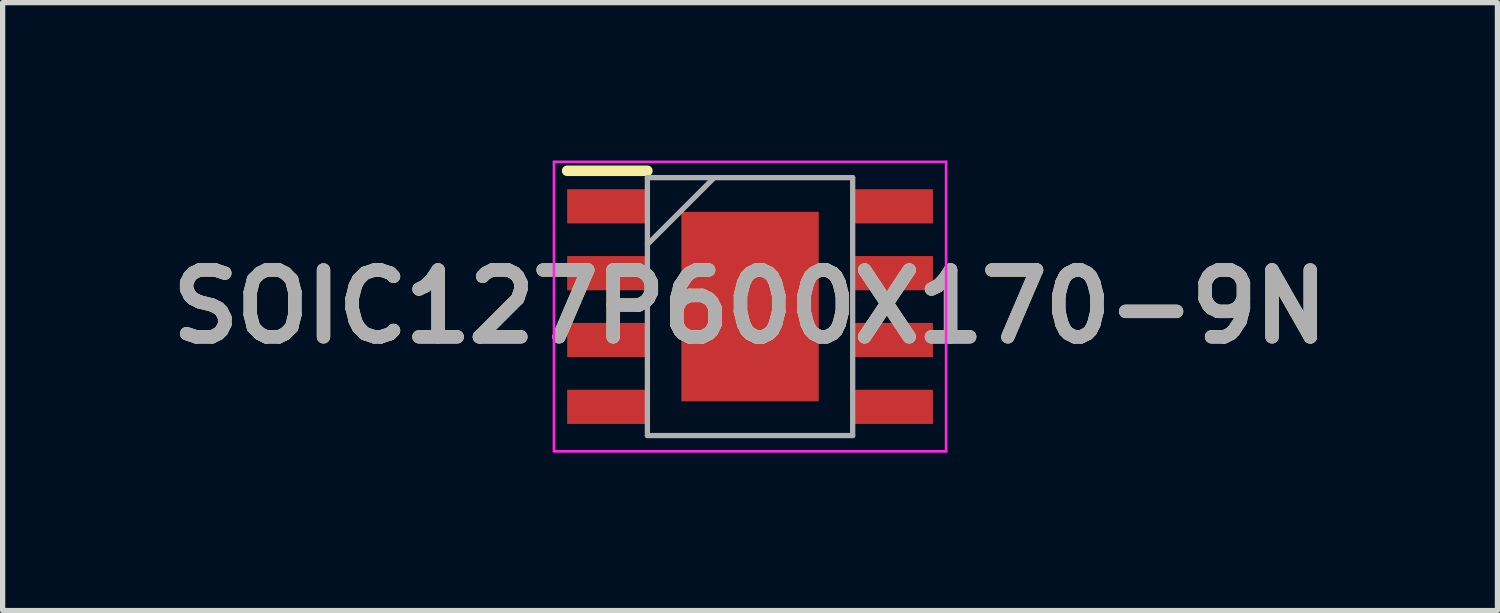
<source format=kicad_pcb>
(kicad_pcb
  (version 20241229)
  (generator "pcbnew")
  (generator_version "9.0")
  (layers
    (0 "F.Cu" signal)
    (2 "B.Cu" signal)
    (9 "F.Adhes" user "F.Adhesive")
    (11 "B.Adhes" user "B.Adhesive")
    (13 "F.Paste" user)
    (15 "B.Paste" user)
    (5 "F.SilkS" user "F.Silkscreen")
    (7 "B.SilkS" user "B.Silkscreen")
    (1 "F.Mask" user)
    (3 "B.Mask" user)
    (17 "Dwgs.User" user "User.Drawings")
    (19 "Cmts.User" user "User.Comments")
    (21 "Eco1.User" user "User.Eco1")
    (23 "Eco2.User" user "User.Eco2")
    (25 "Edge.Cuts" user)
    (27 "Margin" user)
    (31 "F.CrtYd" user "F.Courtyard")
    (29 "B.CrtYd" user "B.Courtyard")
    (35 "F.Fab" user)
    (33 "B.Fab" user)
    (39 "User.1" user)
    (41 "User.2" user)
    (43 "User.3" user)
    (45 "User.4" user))
  (footprint "SOIC127P600X170-9N"
    (layer "F.Cu")
    (at 11.2 2.775)
    (property "Reference" "SOIC127P600X170-9N" (at 0 0 0) (layer "F.SilkS") (effects (font (size 1.27 1.27) (thickness 0.254))))
    (attr smd)
    (fp_line (start -3.475 -2.58) (end -1.95 -2.58) (stroke (width 0.2) (type solid)) (layer "F.SilkS"))
    (fp_line (start -3.725 -2.75) (end 3.725 -2.75) (stroke (width 0.05) (type solid)) (layer "F.CrtYd"))
    (fp_line (start -3.725 2.75) (end -3.725 -2.75) (stroke (width 0.05) (type solid)) (layer "F.CrtYd"))
    (fp_line (start 3.725 -2.75) (end 3.725 2.75) (stroke (width 0.05) (type solid)) (layer "F.CrtYd"))
    (fp_line (start 3.725 2.75) (end -3.725 2.75) (stroke (width 0.05) (type solid)) (layer "F.CrtYd"))
    (fp_line (start -1.95 -2.45) (end 1.95 -2.45) (stroke (width 0.1) (type solid)) (layer "F.Fab"))
    (fp_line (start -1.95 -1.18) (end -0.68 -2.45) (stroke (width 0.1) (type solid)) (layer "F.Fab"))
    (fp_line (start -1.95 2.45) (end -1.95 -2.45) (stroke (width 0.1) (type solid)) (layer "F.Fab"))
    (fp_line (start 1.95 -2.45) (end 1.95 2.45) (stroke (width 0.1) (type solid)) (layer "F.Fab"))
    (fp_line (start 1.95 2.45) (end -1.95 2.45) (stroke (width 0.1) (type solid)) (layer "F.Fab"))
    (fp_text user "${REFERENCE}" (at 0 0 0) (layer "F.Fab") (effects (font (size 1.27 1.27) (thickness 0.254))))
    (pad "1" smd rect (at -2.712 -1.905 90) (size 0.65 1.525) (layers "F.Cu" "F.Mask" "F.Paste"))
    (pad "2" smd rect (at -2.712 -0.635 90) (size 0.65 1.525) (layers "F.Cu" "F.Mask" "F.Paste"))
    (pad "3" smd rect (at -2.712 0.635 90) (size 0.65 1.525) (layers "F.Cu" "F.Mask" "F.Paste"))
    (pad "4" smd rect (at -2.712 1.905 90) (size 0.65 1.525) (layers "F.Cu" "F.Mask" "F.Paste"))
    (pad "5" smd rect (at 2.712 1.905 90) (size 0.65 1.525) (layers "F.Cu" "F.Mask" "F.Paste"))
    (pad "6" smd rect (at 2.712 0.635 90) (size 0.65 1.525) (layers "F.Cu" "F.Mask" "F.Paste"))
    (pad "7" smd rect (at 2.712 -0.635 90) (size 0.65 1.525) (layers "F.Cu" "F.Mask" "F.Paste"))
    (pad "8" smd rect (at 2.712 -1.905 90) (size 0.65 1.525) (layers "F.Cu" "F.Mask" "F.Paste"))
    (pad "9" smd rect (at 0 0) (size 2.61 3.6) (layers "F.Cu" "F.Mask" "F.Paste")))
  (gr_rect
    (start -3 -3)
    (end 25.4 8.55)
    (stroke (width 0.1) (type default))
    (fill no)
    (layer "Edge.Cuts")))
</source>
